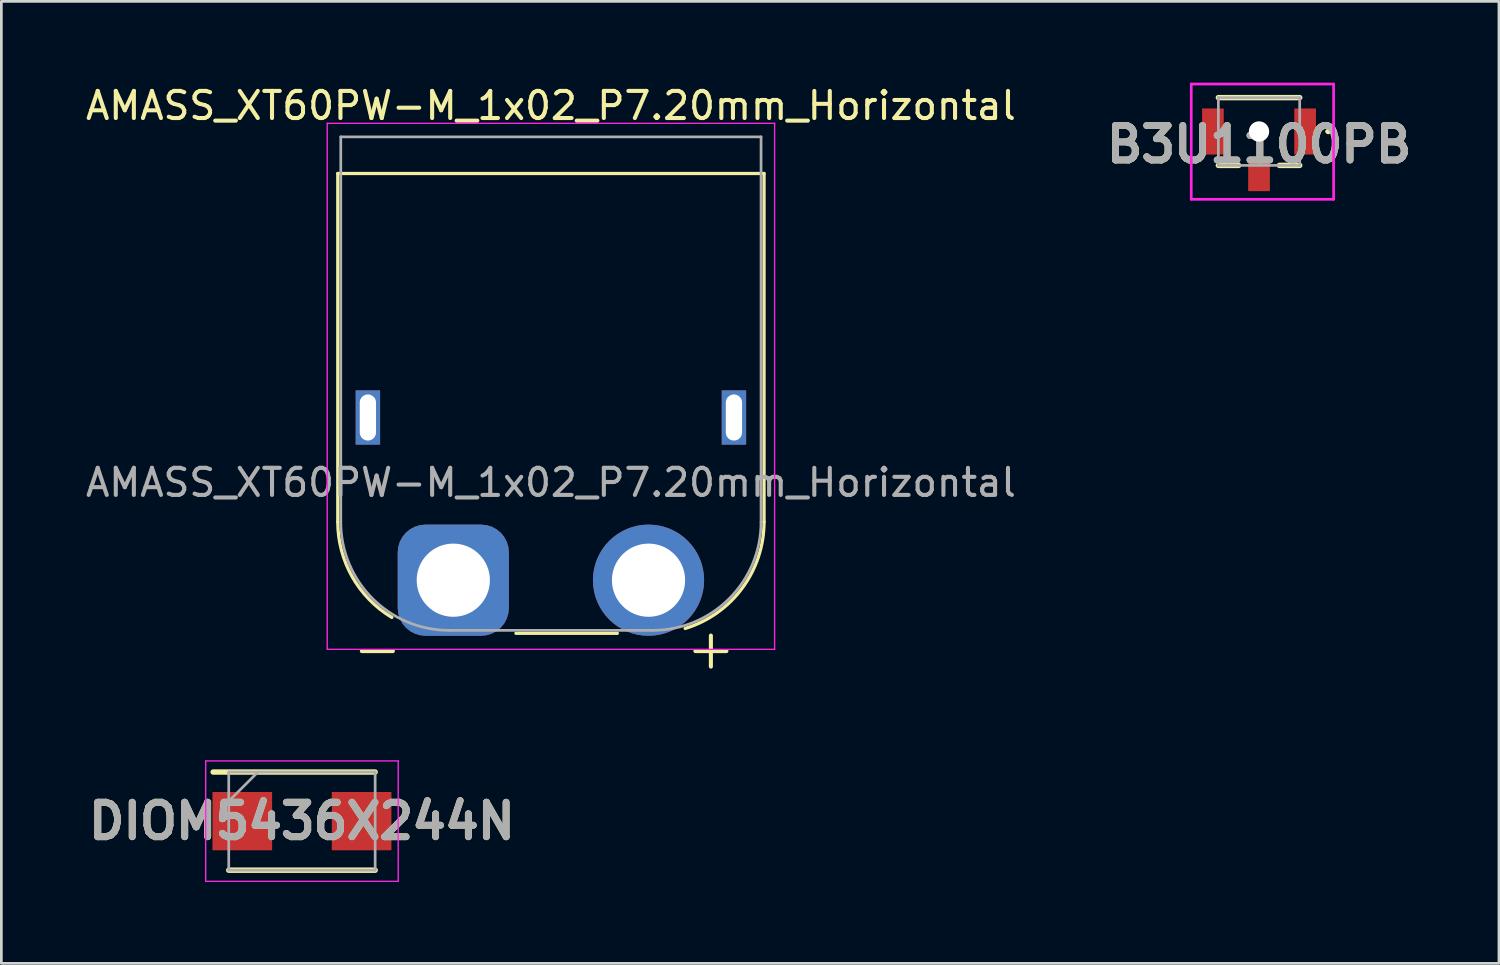
<source format=kicad_pcb>
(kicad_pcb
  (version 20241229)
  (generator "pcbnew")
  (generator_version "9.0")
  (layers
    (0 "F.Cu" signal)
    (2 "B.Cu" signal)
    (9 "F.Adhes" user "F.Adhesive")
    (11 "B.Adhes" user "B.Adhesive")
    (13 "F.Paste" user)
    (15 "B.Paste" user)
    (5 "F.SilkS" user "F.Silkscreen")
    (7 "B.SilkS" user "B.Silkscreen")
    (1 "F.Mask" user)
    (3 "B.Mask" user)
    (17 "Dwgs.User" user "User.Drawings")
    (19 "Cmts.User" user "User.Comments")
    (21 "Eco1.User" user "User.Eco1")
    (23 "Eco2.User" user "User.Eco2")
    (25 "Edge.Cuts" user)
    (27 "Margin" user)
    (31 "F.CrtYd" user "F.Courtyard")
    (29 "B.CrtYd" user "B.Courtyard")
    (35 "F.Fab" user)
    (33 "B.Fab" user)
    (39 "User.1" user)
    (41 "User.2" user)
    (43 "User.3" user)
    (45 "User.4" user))
  (footprint "DIOM5436X244N"
    (layer "F.Cu")
    (at 8.086 27.234)
    (property "Reference" "DIOM5436X244N" (at 0 0 0) (layer "F.SilkS") (effects (font (size 1.27 1.27) (thickness 0.254))))
    (attr smd)
    (fp_line (start -2.7 1.81) (end 2.7 1.81) (stroke (width 0.2) (type solid)) (layer "F.SilkS"))
    (fp_line (start 2.7 -1.81) (end -3.275 -1.81) (stroke (width 0.2) (type solid)) (layer "F.SilkS"))
    (fp_line (start -3.55 -2.22) (end 3.55 -2.22) (stroke (width 0.05) (type solid)) (layer "F.CrtYd"))
    (fp_line (start -3.55 2.22) (end -3.55 -2.22) (stroke (width 0.05) (type solid)) (layer "F.CrtYd"))
    (fp_line (start 3.55 -2.22) (end 3.55 2.22) (stroke (width 0.05) (type solid)) (layer "F.CrtYd"))
    (fp_line (start 3.55 2.22) (end -3.55 2.22) (stroke (width 0.05) (type solid)) (layer "F.CrtYd"))
    (fp_line (start -2.7 -1.81) (end 2.7 -1.81) (stroke (width 0.1) (type solid)) (layer "F.Fab"))
    (fp_line (start -2.7 -0.735) (end -1.625 -1.81) (stroke (width 0.1) (type solid)) (layer "F.Fab"))
    (fp_line (start -2.7 1.81) (end -2.7 -1.81) (stroke (width 0.1) (type solid)) (layer "F.Fab"))
    (fp_line (start 2.7 -1.81) (end 2.7 1.81) (stroke (width 0.1) (type solid)) (layer "F.Fab"))
    (fp_line (start 2.7 1.81) (end -2.7 1.81) (stroke (width 0.1) (type solid)) (layer "F.Fab"))
    (fp_text user "${REFERENCE}" (at 0 0 0) (layer "F.Fab") (effects (font (size 1.27 1.27) (thickness 0.254))))
    (pad "1" smd rect (at -2.2 0 90) (size 2.15 2.2) (layers "F.Cu" "F.Mask" "F.Paste"))
    (pad "2" smd rect (at 2.2 0 90) (size 2.15 2.2) (layers "F.Cu" "F.Mask" "F.Paste")))
  (footprint "B3U1100PB"
    (layer "F.Cu")
    (at 43.384 1.8)
    (property "Reference" "B3U1100PB" (at 0 0.475 0) (layer "F.SilkS") (effects (font (size 1.27 1.27) (thickness 0.254))))
    (attr through_hole)
    (fp_line (start -1.5 -1.25) (end 1.5 -1.25) (stroke (width 0.2) (type solid)) (layer "F.SilkS"))
    (fp_line (start -1.5 1.25) (end -0.75 1.25) (stroke (width 0.2) (type solid)) (layer "F.SilkS"))
    (fp_line (start 0.75 1.25) (end 1.5 1.25) (stroke (width 0.2) (type solid)) (layer "F.SilkS"))
    (fp_line (start 2.5 0) (end 2.5 0) (stroke (width 0.1) (type solid)) (layer "F.SilkS"))
    (fp_line (start 2.6 0) (end 2.6 0) (stroke (width 0.1) (type solid)) (layer "F.SilkS"))
    (fp_arc (start 2.5 0) (mid 2.55 -0.05) (end 2.6 0) (stroke (width 0.1) (type solid)) (layer "F.SilkS"))
    (fp_arc (start 2.6 0) (mid 2.55 0.05) (end 2.5 0) (stroke (width 0.1) (type solid)) (layer "F.SilkS"))
    (fp_line (start -2.5 -1.75) (end 2.75 -1.75) (stroke (width 0.1) (type solid)) (layer "F.CrtYd"))
    (fp_line (start -2.5 2.5) (end -2.5 -1.75) (stroke (width 0.1) (type solid)) (layer "F.CrtYd"))
    (fp_line (start 2.75 -1.75) (end 2.75 2.5) (stroke (width 0.1) (type solid)) (layer "F.CrtYd"))
    (fp_line (start 2.75 2.5) (end -2.5 2.5) (stroke (width 0.1) (type solid)) (layer "F.CrtYd"))
    (fp_line (start -1.5 -1.25) (end 1.5 -1.25) (stroke (width 0.1) (type solid)) (layer "F.Fab"))
    (fp_line (start -1.5 1.25) (end -1.5 -1.25) (stroke (width 0.1) (type solid)) (layer "F.Fab"))
    (fp_line (start 1.5 -1.25) (end 1.5 1.25) (stroke (width 0.1) (type solid)) (layer "F.Fab"))
    (fp_line (start 1.5 1.25) (end -1.5 1.25) (stroke (width 0.1) (type solid)) (layer "F.Fab"))
    (fp_text user "${REFERENCE}" (at 0 0.475 0) (layer "F.Fab") (effects (font (size 1.27 1.27) (thickness 0.254))))
    (pad "" np_thru_hole circle (at 0 0) (size 0.75 0.75) (drill 0.75) (layers "*.Cu" "*.Mask"))
    (pad "1" smd rect (at 1.7 0) (size 0.8 1.7) (layers "F.Cu" "F.Mask" "F.Paste"))
    (pad "2" smd rect (at -1.7 0) (size 0.8 1.7) (layers "F.Cu" "F.Mask" "F.Paste"))
    (pad "3" smd rect (at 0 1.65) (size 0.8 1.1) (layers "F.Cu" "F.Mask" "F.Paste")))
  (footprint "AMASS_XT60PW-M_1x02_P7.20mm_Horizontal"
    (layer "F.Cu")
    (at 13.668 18.348)
    (property "Reference" "AMASS_XT60PW-M_1x02_P7.20mm_Horizontal" (at 3.6 -17.5 0) (layer "F.SilkS") (effects (font (size 1 1) (thickness 0.15))))
    (attr through_hole)
    (fp_line (start -4.26 -15) (end -4.26 -2.15) (stroke (width 0.12) (type solid)) (layer "F.SilkS"))
    (fp_line (start -4.26 -15) (end 11.46 -15) (stroke (width 0.12) (type solid)) (layer "F.SilkS"))
    (fp_line (start 2.31 1.96) (end 6.05 1.96) (stroke (width 0.12) (type solid)) (layer "F.SilkS"))
    (fp_line (start 11.46 -15) (end 11.46 -2.15) (stroke (width 0.12) (type solid)) (layer "F.SilkS"))
    (fp_arc (start -2.266806 1.372958) (mid -3.727162 -0.126139) (end -4.26 -2.15) (stroke (width 0.12) (type solid)) (layer "F.SilkS"))
    (fp_arc (start 11.46 -2.15) (mid 10.653852 0.294722) (end 8.551648 1.780413) (stroke (width 0.12) (type solid)) (layer "F.SilkS"))
    (fp_line (start -4.65 -16.85) (end -4.65 2.55) (stroke (width 0.05) (type solid)) (layer "F.CrtYd"))
    (fp_line (start -4.65 -16.85) (end 11.85 -16.85) (stroke (width 0.05) (type solid)) (layer "F.CrtYd"))
    (fp_line (start 11.85 -16.85) (end 11.85 2.55) (stroke (width 0.05) (type solid)) (layer "F.CrtYd"))
    (fp_line (start 11.85 2.55) (end -4.65 2.55) (stroke (width 0.05) (type solid)) (layer "F.CrtYd"))
    (fp_line (start -4.15 -16.35) (end -4.15 -2.15) (stroke (width 0.1) (type solid)) (layer "F.Fab"))
    (fp_line (start -4.15 -16.35) (end 11.35 -16.35) (stroke (width 0.1) (type solid)) (layer "F.Fab"))
    (fp_line (start -0.15 1.85) (end 7.35 1.85) (stroke (width 0.1) (type solid)) (layer "F.Fab"))
    (fp_line (start 11.35 -16.35) (end 11.35 -2.15) (stroke (width 0.1) (type solid)) (layer "F.Fab"))
    (fp_arc (start -0.15 1.85) (mid -2.978427 0.678427) (end -4.15 -2.15) (stroke (width 0.1) (type solid)) (layer "F.Fab"))
    (fp_arc (start 11.35 -2.15) (mid 10.178427 0.678427) (end 7.35 1.85) (stroke (width 0.1) (type solid)) (layer "F.Fab"))
    (fp_text user "+" (at 9.5 2.5 0) (layer "F.SilkS") (effects (font (size 1.5 1.5) (thickness 0.15))))
    (fp_text user "-" (at -2.8 2.5 0) (layer "F.SilkS") (effects (font (size 1.5 1.5) (thickness 0.15))))
    (fp_text user "${REFERENCE}" (at 3.6 -3.6 0) (layer "F.Fab") (effects (font (size 1 1) (thickness 0.15))))
    (pad "1" thru_hole roundrect (at 0 0) (size 4.1 4.1) (drill 2.7) (layers "*.Cu" "*.Mask") (roundrect_rratio 0.25))
    (pad "2" thru_hole circle (at 7.2 0) (size 4.1 4.1) (drill 2.7) (layers "*.Cu" "*.Mask"))
    (pad "3" thru_hole rect (at -3.15 -6) (size 0.9 2) (drill oval 0.6 1.7) (layers "*.Cu" "*.Mask"))
    (pad "4" thru_hole rect (at 10.35 -6) (size 0.9 2) (drill oval 0.6 1.7) (layers "*.Cu" "*.Mask")))
  (gr_rect
    (start -3 -3)
    (end 52.232 32.479)
    (stroke (width 0.1) (type default))
    (fill no)
    (layer "Edge.Cuts")))
</source>
